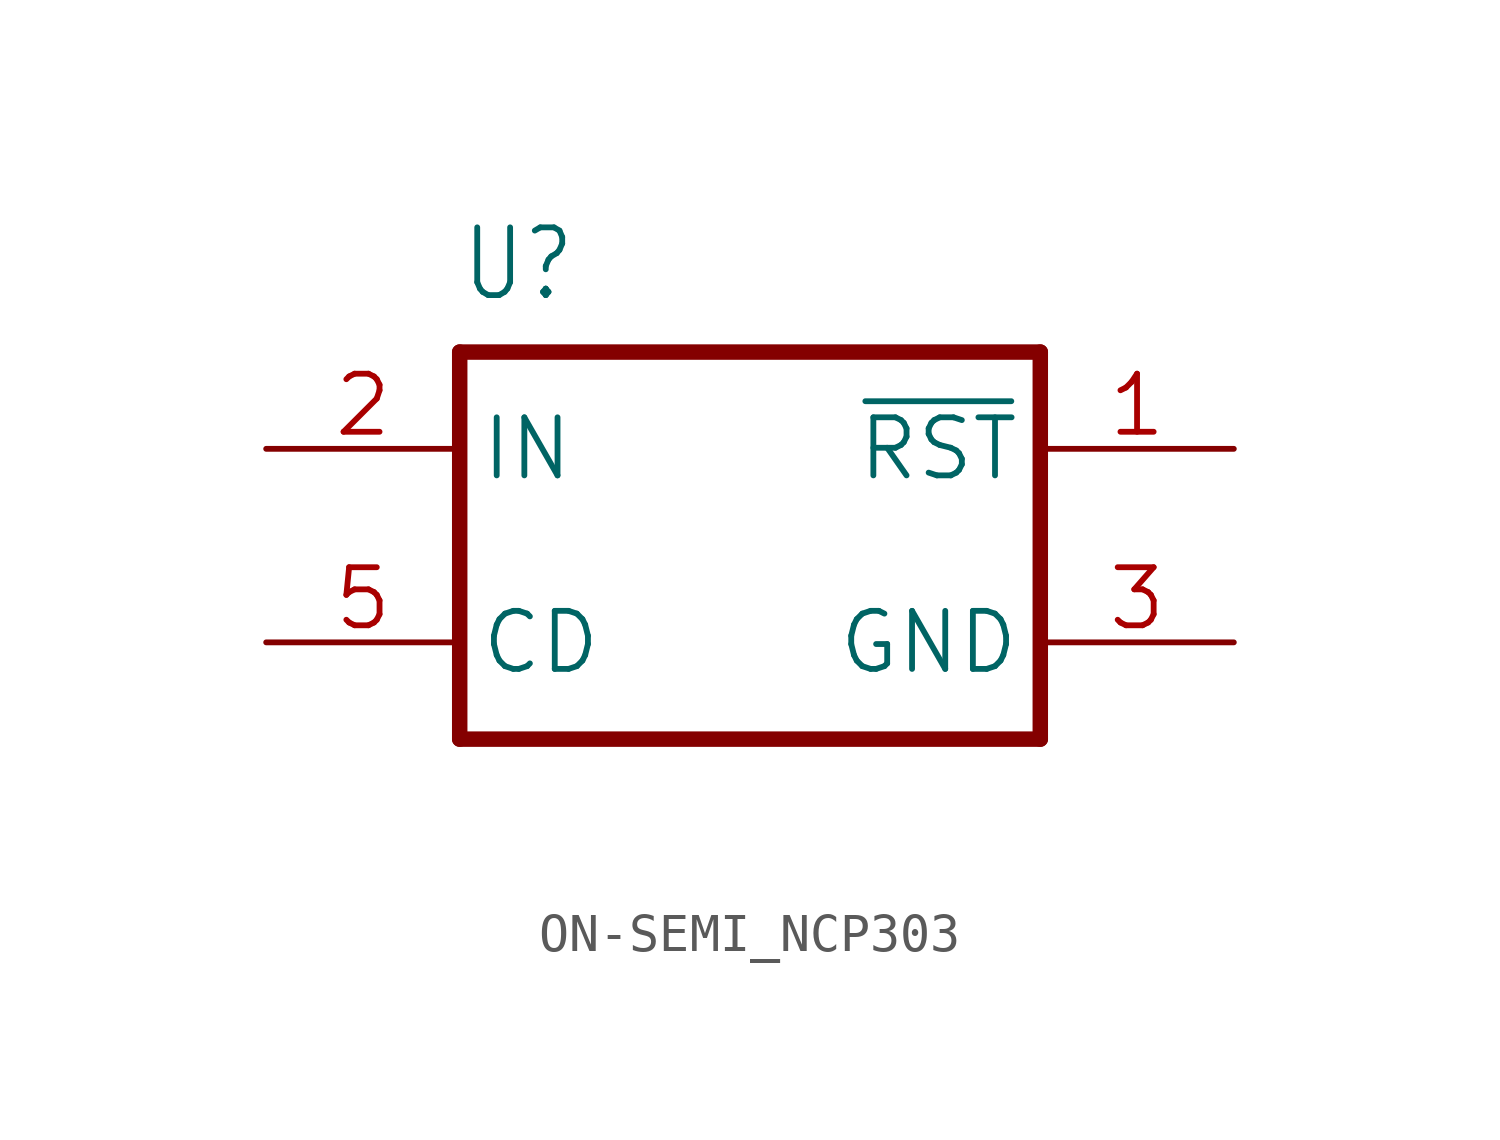
<source format=kicad_sym>
(kicad_symbol_lib
  (version 20241209)
  (generator "kicad_symbol_editor")
  (generator_version "9.0")
  (symbol "ON-SEMI_NCP303"
    (property "Reference" "U"
      (at -7.62 6.35 0)
      (effects (font (size 1.778 1.511)) (justify left bottom)))
    (property "Value" ""
      (at -7.62 -7.62 0)
      (effects (font (size 1.778 1.511)) (justify left bottom)))
    (property "ki_locked" ""
      (at 0 0 0)
      (effects (font (size 1.27 1.27))))
    (symbol "ON-SEMI_NCP303_1_0"
      (polyline (pts (xy -7.62 5.08) (xy 7.62 5.08)) (stroke (width 0.406) (type solid)) (fill (type none)))
      (polyline (pts (xy -7.62 -5.08) (xy -7.62 5.08)) (stroke (width 0.406) (type solid)) (fill (type none)))
      (polyline (pts (xy 7.62 5.08) (xy 7.62 -5.08)) (stroke (width 0.406) (type solid)) (fill (type none)))
      (polyline (pts (xy 7.62 -5.08) (xy -7.62 -5.08)) (stroke (width 0.406) (type solid)) (fill (type none)))
      (pin input line (at -12.7 2.54 0) (length 5.08) (name "IN" (effects (font (size 1.524 1.524)))) (number "2" (effects (font (size 1.524 1.524)))))
      (pin passive line (at -12.7 -2.54 0) (length 5.08) (name "CD" (effects (font (size 1.524 1.524)))) (number "5" (effects (font (size 1.524 1.524)))))
      (pin output line (at 12.7 2.54 180) (length 5.08) (name "~{RST}" (effects (font (size 1.524 1.524)))) (number "1" (effects (font (size 1.524 1.524)))))
      (pin input line (at 12.7 -2.54 180) (length 5.08) (name "GND" (effects (font (size 1.524 1.524)))) (number "3" (effects (font (size 1.524 1.524))))))))
</source>
